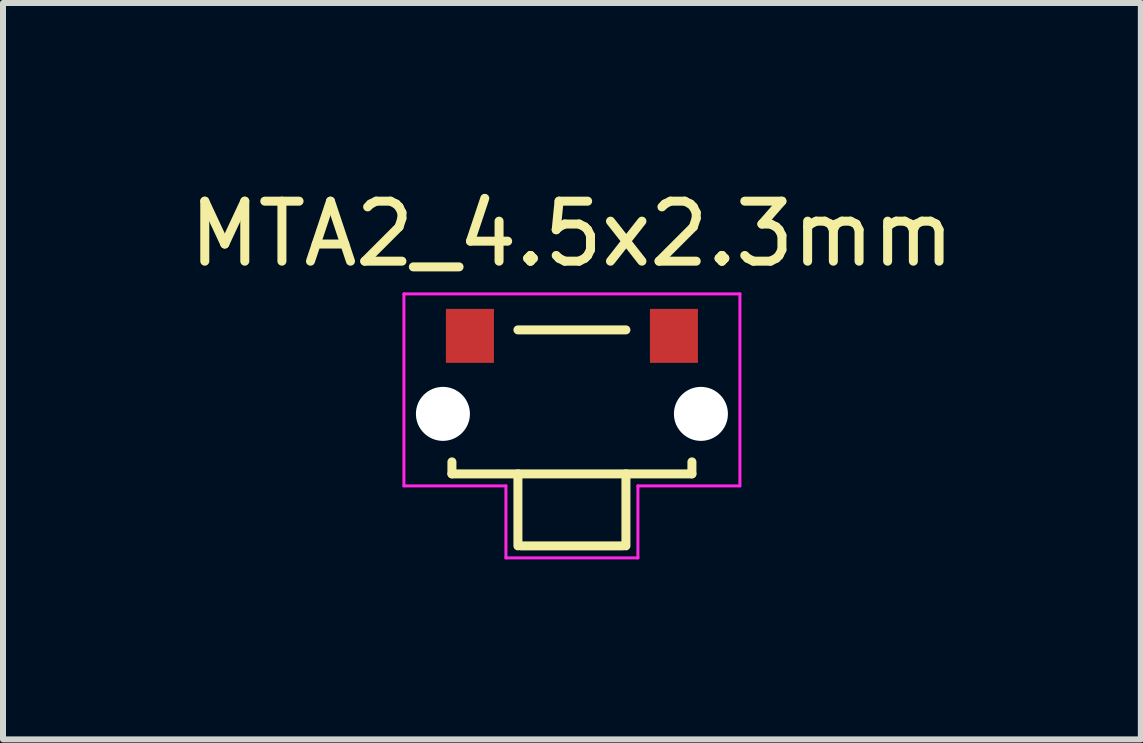
<source format=kicad_pcb>
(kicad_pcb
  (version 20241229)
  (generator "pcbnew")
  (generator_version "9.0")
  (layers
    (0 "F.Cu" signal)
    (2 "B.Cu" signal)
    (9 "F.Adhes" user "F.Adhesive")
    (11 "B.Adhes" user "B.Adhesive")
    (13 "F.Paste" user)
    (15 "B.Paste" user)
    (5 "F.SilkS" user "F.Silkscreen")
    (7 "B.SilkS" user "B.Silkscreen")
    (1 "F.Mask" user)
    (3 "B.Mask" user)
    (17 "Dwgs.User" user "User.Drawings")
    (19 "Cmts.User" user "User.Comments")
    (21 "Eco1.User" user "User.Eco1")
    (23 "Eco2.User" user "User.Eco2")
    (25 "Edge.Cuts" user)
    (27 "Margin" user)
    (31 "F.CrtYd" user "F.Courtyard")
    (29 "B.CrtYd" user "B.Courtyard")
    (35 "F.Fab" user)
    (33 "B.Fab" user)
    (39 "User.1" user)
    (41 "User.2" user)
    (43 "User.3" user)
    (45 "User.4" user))
  (footprint "MTA2_4.5x2.3mm"
    (layer "F.Cu")
    (at 6.482 3.848)
    (property "Reference" "MTA2_4.5x2.3mm" (at 0 -3 0) (layer "F.SilkS") (effects (font (size 1 1) (thickness 0.15))))
    (attr smd)
    (fp_line (start -2 1) (end -2 0.8) (stroke (width 0.15) (type solid)) (layer "F.SilkS"))
    (fp_line (start -0.9 -1.4) (end 0.9 -1.4) (stroke (width 0.15) (type solid)) (layer "F.SilkS"))
    (fp_line (start -0.9 2.2) (end -0.9 1) (stroke (width 0.15) (type solid)) (layer "F.SilkS"))
    (fp_line (start 0.85 2.2) (end -0.85 2.2) (stroke (width 0.15) (type solid)) (layer "F.SilkS"))
    (fp_line (start 0.9 1) (end 0.9 2.2) (stroke (width 0.15) (type solid)) (layer "F.SilkS"))
    (fp_line (start 2 1) (end -2 1) (stroke (width 0.15) (type solid)) (layer "F.SilkS"))
    (fp_line (start 2 1) (end 2 0.8) (stroke (width 0.15) (type solid)) (layer "F.SilkS"))
    (fp_line (start -2.8 -2) (end 2.8 -2) (stroke (width 0.05) (type solid)) (layer "F.CrtYd"))
    (fp_line (start -2.8 1.2) (end -2.8 -2) (stroke (width 0.05) (type solid)) (layer "F.CrtYd"))
    (fp_line (start -1.1 1.2) (end -2.8 1.2) (stroke (width 0.05) (type solid)) (layer "F.CrtYd"))
    (fp_line (start -1.1 2.4) (end -1.1 1.2) (stroke (width 0.05) (type solid)) (layer "F.CrtYd"))
    (fp_line (start 1.1 1.2) (end 1.1 2.4) (stroke (width 0.05) (type solid)) (layer "F.CrtYd"))
    (fp_line (start 1.1 2.4) (end -1.1 2.4) (stroke (width 0.05) (type solid)) (layer "F.CrtYd"))
    (fp_line (start 2.8 -2) (end 2.8 1.2) (stroke (width 0.05) (type solid)) (layer "F.CrtYd"))
    (fp_line (start 2.8 1.2) (end 1.1 1.2) (stroke (width 0.05) (type solid)) (layer "F.CrtYd"))
    (pad "" np_thru_hole circle (at -2.15 0) (size 0.9 0.9) (drill 0.9) (layers "*.Cu" "*.Mask"))
    (pad "" np_thru_hole circle (at 2.15 0) (size 0.9 0.9) (drill 0.9) (layers "*.Cu" "*.Mask"))
    (pad "1" smd rect (at -1.7 -1.3) (size 0.8 0.9) (layers "F.Cu" "F.Mask" "F.Paste"))
    (pad "2" smd rect (at 1.7 -1.3) (size 0.8 0.9) (layers "F.Cu" "F.Mask" "F.Paste")))
  (gr_rect
    (start -3 -3)
    (end 15.964 9.273)
    (stroke (width 0.1) (type default))
    (fill no)
    (layer "Edge.Cuts")))
</source>
